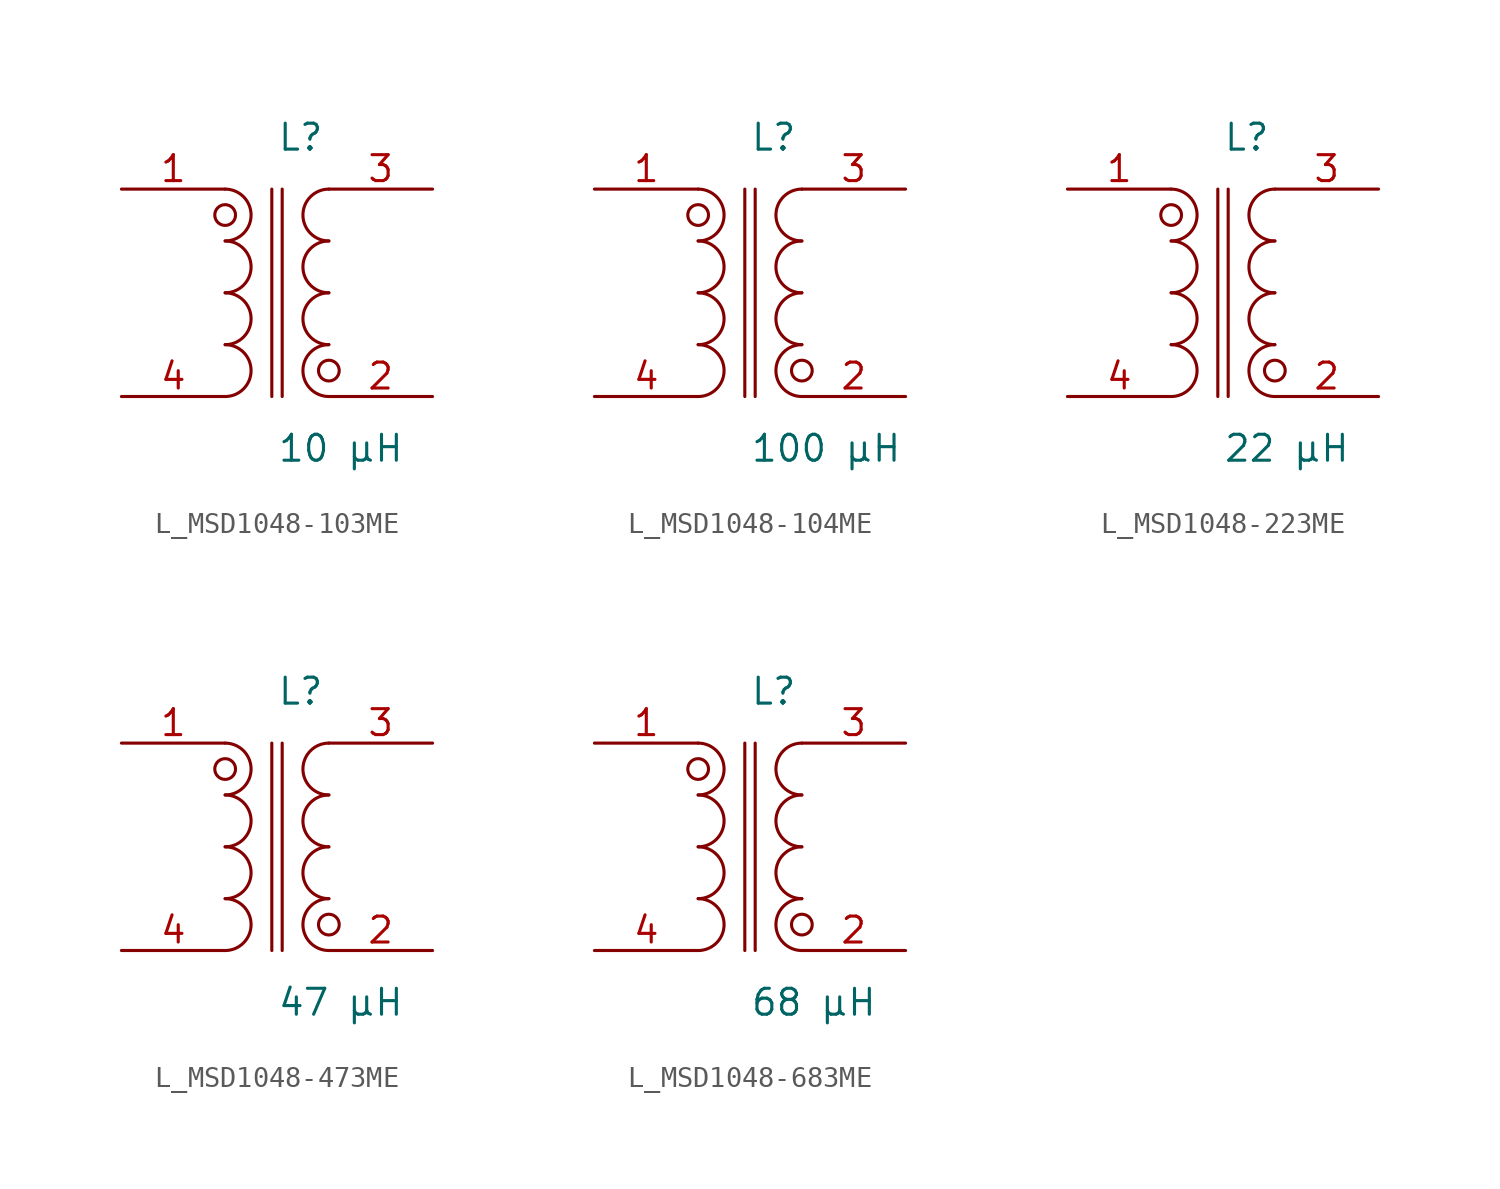
<source format=kicad_sym>
(kicad_symbol_lib
  (version 20231120)
  (generator kicad_symbol_editor)
  (generator_version 8.0)
  (symbol "L_MSD1048-103ME"
    (pin_names
      (offset 0.254))
    (property "Reference" "L"
      (at 0 7.62 0)
      (effects (font (size 1.27 1.27)) (justify left)))
    (property "Value" "10 µH"
      (at 0 -7.62 0)
      (effects (font (size 1.27 1.27)) (justify left)))
    (symbol "L_MSD1048-103ME_1_1"
      (arc (start -2.54 -5.08) (mid -1.27 -3.81) (end -2.54 -2.54) (stroke (width 0) (type default)) (fill (type none)))
      (arc (start -2.54 -2.54) (mid -1.27 -1.27) (end -2.54 0.0) (stroke (width 0) (type default)) (fill (type none)))
      (arc (start -2.54 0.0) (mid -1.27 1.27) (end -2.54 2.54) (stroke (width 0) (type default)) (fill (type none)))
      (arc (start -2.54 2.54) (mid -1.27 3.81) (end -2.54 5.08) (stroke (width 0) (type default)) (fill (type none)))
      (arc (start 2.54 5.08) (mid 1.27 3.81) (end 2.54 2.54) (stroke (width 0) (type default)) (fill (type none)))
      (arc (start 2.54 2.54) (mid 1.27 1.27) (end 2.54 0.0) (stroke (width 0) (type default)) (fill (type none)))
      (arc (start 2.54 0.0) (mid 1.27 -1.27) (end 2.54 -2.54) (stroke (width 0) (type default)) (fill (type none)))
      (arc (start 2.54 -2.54) (mid 1.27 -3.81) (end 2.54 -5.08) (stroke (width 0) (type default)) (fill (type none)))
      (circle (center -2.54 3.81) (radius 0.508) (stroke (width 0) (type default)) (fill (type none)))
      (circle (center 2.54 -3.81) (radius 0.508) (stroke (width 0) (type default)) (fill (type none)))
      (polyline (pts (xy -0.254 5.08) (xy -0.254 -5.08)) (stroke (width 0) (type default)) (fill (type none)))
      (polyline (pts (xy 0.254 5.08) (xy 0.254 -5.08)) (stroke (width 0) (type default)) (fill (type none)))
      (pin unspecified line (at -7.62 5.08 0) (length 5.08) (name "" (effects (font (size 1.27 1.27)))) (number "1" (effects (font (size 1.27 1.27)))))
      (pin unspecified line (at -7.62 -5.08 0) (length 5.08) (name "" (effects (font (size 1.27 1.27)))) (number "4" (effects (font (size 1.27 1.27)))))
      (pin unspecified line (at 7.62 5.08 180) (length 5.08) (name "" (effects (font (size 1.27 1.27)))) (number "3" (effects (font (size 1.27 1.27)))))
      (pin unspecified line (at 7.62 -5.08 180) (length 5.08) (name "" (effects (font (size 1.27 1.27)))) (number "2" (effects (font (size 1.27 1.27)))))))
  (symbol "L_MSD1048-104ME"
    (pin_names
      (offset 0.254))
    (property "Reference" "L"
      (at 0 7.62 0)
      (effects (font (size 1.27 1.27)) (justify left)))
    (property "Value" "100 µH"
      (at 0 -7.62 0)
      (effects (font (size 1.27 1.27)) (justify left)))
    (symbol "L_MSD1048-104ME_1_1"
      (arc (start -2.54 -5.08) (mid -1.27 -3.81) (end -2.54 -2.54) (stroke (width 0) (type default)) (fill (type none)))
      (arc (start -2.54 -2.54) (mid -1.27 -1.27) (end -2.54 0.0) (stroke (width 0) (type default)) (fill (type none)))
      (arc (start -2.54 0.0) (mid -1.27 1.27) (end -2.54 2.54) (stroke (width 0) (type default)) (fill (type none)))
      (arc (start -2.54 2.54) (mid -1.27 3.81) (end -2.54 5.08) (stroke (width 0) (type default)) (fill (type none)))
      (arc (start 2.54 5.08) (mid 1.27 3.81) (end 2.54 2.54) (stroke (width 0) (type default)) (fill (type none)))
      (arc (start 2.54 2.54) (mid 1.27 1.27) (end 2.54 0.0) (stroke (width 0) (type default)) (fill (type none)))
      (arc (start 2.54 0.0) (mid 1.27 -1.27) (end 2.54 -2.54) (stroke (width 0) (type default)) (fill (type none)))
      (arc (start 2.54 -2.54) (mid 1.27 -3.81) (end 2.54 -5.08) (stroke (width 0) (type default)) (fill (type none)))
      (circle (center -2.54 3.81) (radius 0.508) (stroke (width 0) (type default)) (fill (type none)))
      (circle (center 2.54 -3.81) (radius 0.508) (stroke (width 0) (type default)) (fill (type none)))
      (polyline (pts (xy -0.254 5.08) (xy -0.254 -5.08)) (stroke (width 0) (type default)) (fill (type none)))
      (polyline (pts (xy 0.254 5.08) (xy 0.254 -5.08)) (stroke (width 0) (type default)) (fill (type none)))
      (pin unspecified line (at -7.62 5.08 0) (length 5.08) (name "" (effects (font (size 1.27 1.27)))) (number "1" (effects (font (size 1.27 1.27)))))
      (pin unspecified line (at -7.62 -5.08 0) (length 5.08) (name "" (effects (font (size 1.27 1.27)))) (number "4" (effects (font (size 1.27 1.27)))))
      (pin unspecified line (at 7.62 5.08 180) (length 5.08) (name "" (effects (font (size 1.27 1.27)))) (number "3" (effects (font (size 1.27 1.27)))))
      (pin unspecified line (at 7.62 -5.08 180) (length 5.08) (name "" (effects (font (size 1.27 1.27)))) (number "2" (effects (font (size 1.27 1.27)))))))
  (symbol "L_MSD1048-223ME"
    (pin_names
      (offset 0.254))
    (property "Reference" "L"
      (at 0 7.62 0)
      (effects (font (size 1.27 1.27)) (justify left)))
    (property "Value" "22 µH"
      (at 0 -7.62 0)
      (effects (font (size 1.27 1.27)) (justify left)))
    (symbol "L_MSD1048-223ME_1_1"
      (arc (start -2.54 -5.08) (mid -1.27 -3.81) (end -2.54 -2.54) (stroke (width 0) (type default)) (fill (type none)))
      (arc (start -2.54 -2.54) (mid -1.27 -1.27) (end -2.54 0.0) (stroke (width 0) (type default)) (fill (type none)))
      (arc (start -2.54 0.0) (mid -1.27 1.27) (end -2.54 2.54) (stroke (width 0) (type default)) (fill (type none)))
      (arc (start -2.54 2.54) (mid -1.27 3.81) (end -2.54 5.08) (stroke (width 0) (type default)) (fill (type none)))
      (arc (start 2.54 5.08) (mid 1.27 3.81) (end 2.54 2.54) (stroke (width 0) (type default)) (fill (type none)))
      (arc (start 2.54 2.54) (mid 1.27 1.27) (end 2.54 0.0) (stroke (width 0) (type default)) (fill (type none)))
      (arc (start 2.54 0.0) (mid 1.27 -1.27) (end 2.54 -2.54) (stroke (width 0) (type default)) (fill (type none)))
      (arc (start 2.54 -2.54) (mid 1.27 -3.81) (end 2.54 -5.08) (stroke (width 0) (type default)) (fill (type none)))
      (circle (center -2.54 3.81) (radius 0.508) (stroke (width 0) (type default)) (fill (type none)))
      (circle (center 2.54 -3.81) (radius 0.508) (stroke (width 0) (type default)) (fill (type none)))
      (polyline (pts (xy -0.254 5.08) (xy -0.254 -5.08)) (stroke (width 0) (type default)) (fill (type none)))
      (polyline (pts (xy 0.254 5.08) (xy 0.254 -5.08)) (stroke (width 0) (type default)) (fill (type none)))
      (pin unspecified line (at -7.62 5.08 0) (length 5.08) (name "" (effects (font (size 1.27 1.27)))) (number "1" (effects (font (size 1.27 1.27)))))
      (pin unspecified line (at -7.62 -5.08 0) (length 5.08) (name "" (effects (font (size 1.27 1.27)))) (number "4" (effects (font (size 1.27 1.27)))))
      (pin unspecified line (at 7.62 5.08 180) (length 5.08) (name "" (effects (font (size 1.27 1.27)))) (number "3" (effects (font (size 1.27 1.27)))))
      (pin unspecified line (at 7.62 -5.08 180) (length 5.08) (name "" (effects (font (size 1.27 1.27)))) (number "2" (effects (font (size 1.27 1.27)))))))
  (symbol "L_MSD1048-473ME"
    (pin_names
      (offset 0.254))
    (property "Reference" "L"
      (at 0 7.62 0)
      (effects (font (size 1.27 1.27)) (justify left)))
    (property "Value" "47 µH"
      (at 0 -7.62 0)
      (effects (font (size 1.27 1.27)) (justify left)))
    (symbol "L_MSD1048-473ME_1_1"
      (arc (start -2.54 -5.08) (mid -1.27 -3.81) (end -2.54 -2.54) (stroke (width 0) (type default)) (fill (type none)))
      (arc (start -2.54 -2.54) (mid -1.27 -1.27) (end -2.54 0.0) (stroke (width 0) (type default)) (fill (type none)))
      (arc (start -2.54 0.0) (mid -1.27 1.27) (end -2.54 2.54) (stroke (width 0) (type default)) (fill (type none)))
      (arc (start -2.54 2.54) (mid -1.27 3.81) (end -2.54 5.08) (stroke (width 0) (type default)) (fill (type none)))
      (arc (start 2.54 5.08) (mid 1.27 3.81) (end 2.54 2.54) (stroke (width 0) (type default)) (fill (type none)))
      (arc (start 2.54 2.54) (mid 1.27 1.27) (end 2.54 0.0) (stroke (width 0) (type default)) (fill (type none)))
      (arc (start 2.54 0.0) (mid 1.27 -1.27) (end 2.54 -2.54) (stroke (width 0) (type default)) (fill (type none)))
      (arc (start 2.54 -2.54) (mid 1.27 -3.81) (end 2.54 -5.08) (stroke (width 0) (type default)) (fill (type none)))
      (circle (center -2.54 3.81) (radius 0.508) (stroke (width 0) (type default)) (fill (type none)))
      (circle (center 2.54 -3.81) (radius 0.508) (stroke (width 0) (type default)) (fill (type none)))
      (polyline (pts (xy -0.254 5.08) (xy -0.254 -5.08)) (stroke (width 0) (type default)) (fill (type none)))
      (polyline (pts (xy 0.254 5.08) (xy 0.254 -5.08)) (stroke (width 0) (type default)) (fill (type none)))
      (pin unspecified line (at -7.62 5.08 0) (length 5.08) (name "" (effects (font (size 1.27 1.27)))) (number "1" (effects (font (size 1.27 1.27)))))
      (pin unspecified line (at -7.62 -5.08 0) (length 5.08) (name "" (effects (font (size 1.27 1.27)))) (number "4" (effects (font (size 1.27 1.27)))))
      (pin unspecified line (at 7.62 5.08 180) (length 5.08) (name "" (effects (font (size 1.27 1.27)))) (number "3" (effects (font (size 1.27 1.27)))))
      (pin unspecified line (at 7.62 -5.08 180) (length 5.08) (name "" (effects (font (size 1.27 1.27)))) (number "2" (effects (font (size 1.27 1.27)))))))
  (symbol "L_MSD1048-683ME"
    (pin_names
      (offset 0.254))
    (property "Reference" "L"
      (at 0 7.62 0)
      (effects (font (size 1.27 1.27)) (justify left)))
    (property "Value" "68 µH"
      (at 0 -7.62 0)
      (effects (font (size 1.27 1.27)) (justify left)))
    (symbol "L_MSD1048-683ME_1_1"
      (arc (start -2.54 -5.08) (mid -1.27 -3.81) (end -2.54 -2.54) (stroke (width 0) (type default)) (fill (type none)))
      (arc (start -2.54 -2.54) (mid -1.27 -1.27) (end -2.54 0.0) (stroke (width 0) (type default)) (fill (type none)))
      (arc (start -2.54 0.0) (mid -1.27 1.27) (end -2.54 2.54) (stroke (width 0) (type default)) (fill (type none)))
      (arc (start -2.54 2.54) (mid -1.27 3.81) (end -2.54 5.08) (stroke (width 0) (type default)) (fill (type none)))
      (arc (start 2.54 5.08) (mid 1.27 3.81) (end 2.54 2.54) (stroke (width 0) (type default)) (fill (type none)))
      (arc (start 2.54 2.54) (mid 1.27 1.27) (end 2.54 0.0) (stroke (width 0) (type default)) (fill (type none)))
      (arc (start 2.54 0.0) (mid 1.27 -1.27) (end 2.54 -2.54) (stroke (width 0) (type default)) (fill (type none)))
      (arc (start 2.54 -2.54) (mid 1.27 -3.81) (end 2.54 -5.08) (stroke (width 0) (type default)) (fill (type none)))
      (circle (center -2.54 3.81) (radius 0.508) (stroke (width 0) (type default)) (fill (type none)))
      (circle (center 2.54 -3.81) (radius 0.508) (stroke (width 0) (type default)) (fill (type none)))
      (polyline (pts (xy -0.254 5.08) (xy -0.254 -5.08)) (stroke (width 0) (type default)) (fill (type none)))
      (polyline (pts (xy 0.254 5.08) (xy 0.254 -5.08)) (stroke (width 0) (type default)) (fill (type none)))
      (pin unspecified line (at -7.62 5.08 0) (length 5.08) (name "" (effects (font (size 1.27 1.27)))) (number "1" (effects (font (size 1.27 1.27)))))
      (pin unspecified line (at -7.62 -5.08 0) (length 5.08) (name "" (effects (font (size 1.27 1.27)))) (number "4" (effects (font (size 1.27 1.27)))))
      (pin unspecified line (at 7.62 5.08 180) (length 5.08) (name "" (effects (font (size 1.27 1.27)))) (number "3" (effects (font (size 1.27 1.27)))))
      (pin unspecified line (at 7.62 -5.08 180) (length 5.08) (name "" (effects (font (size 1.27 1.27)))) (number "2" (effects (font (size 1.27 1.27))))))))
</source>
